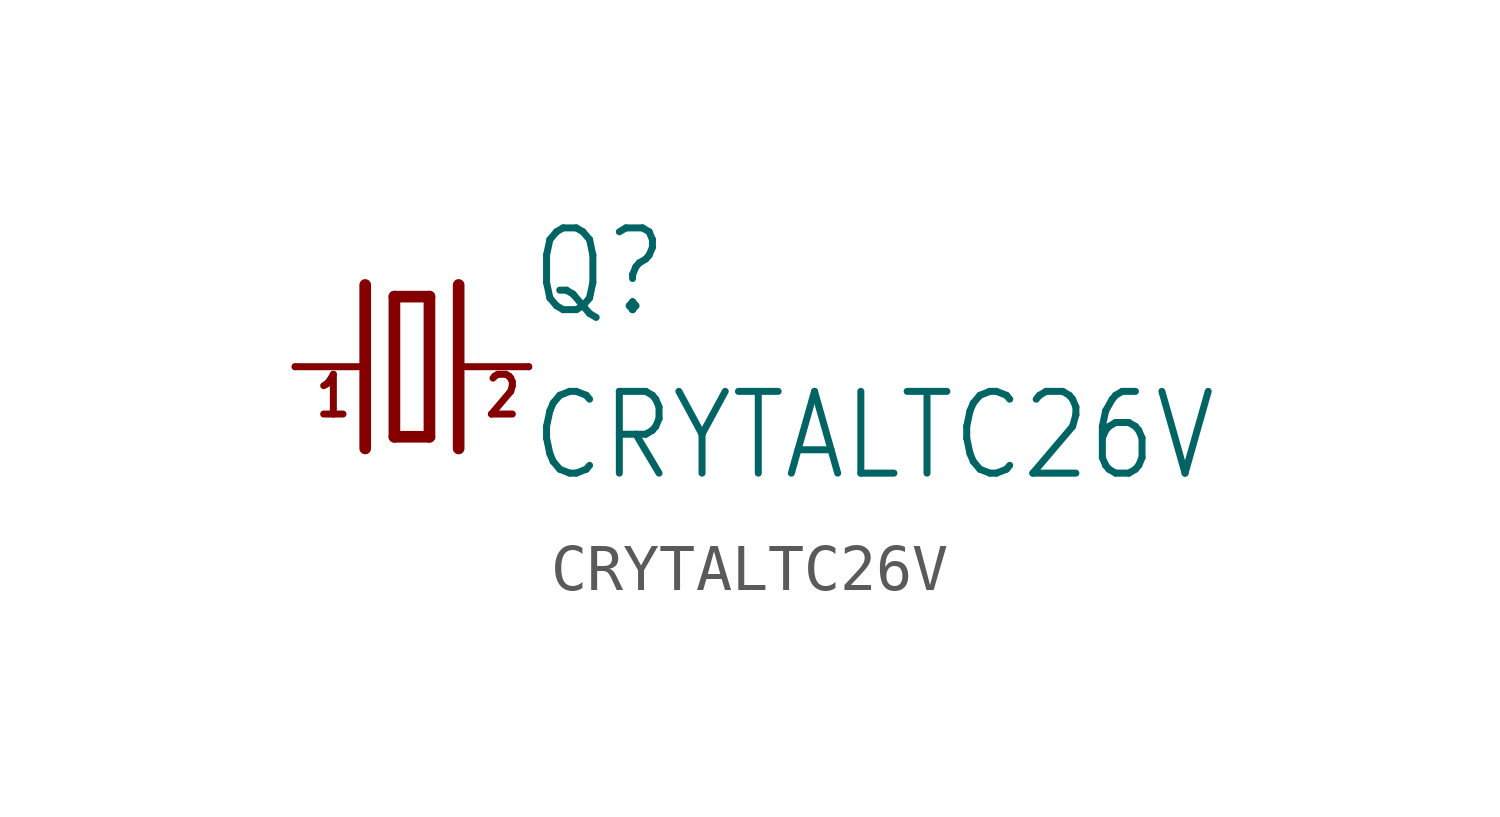
<source format=kicad_sym>
(kicad_symbol_lib
  (version 20211014)
  (generator kicad_symbol_editor)
  (symbol "CRYTALTC26V"
    (property "Reference" "Q"
      (at 2.54 1.016 0)
      (effects (font (size 1.778 1.511)) (justify left bottom)))
    (property "Value" "CRYTALTC26V"
      (at 2.54 -2.54 0)
      (effects (font (size 1.778 1.511)) (justify left bottom)))
    (property "ki_locked" ""
      (at 0 0 0)
      (effects (font (size 1.27 1.27))))
    (symbol "CRYTALTC26V_1_0"
      (polyline (pts (xy -2.54 0) (xy -1.016 0)) (stroke (width 0.152) (type default) (color 0 0 0 0)) (fill (type none)))
      (polyline (pts (xy -1.016 1.778) (xy -1.016 -1.778)) (stroke (width 0.254) (type default) (color 0 0 0 0)) (fill (type none)))
      (polyline (pts (xy -0.381 -1.524) (xy 0.381 -1.524)) (stroke (width 0.254) (type default) (color 0 0 0 0)) (fill (type none)))
      (polyline (pts (xy -0.381 1.524) (xy -0.381 -1.524)) (stroke (width 0.254) (type default) (color 0 0 0 0)) (fill (type none)))
      (polyline (pts (xy 0.381 -1.524) (xy 0.381 1.524)) (stroke (width 0.254) (type default) (color 0 0 0 0)) (fill (type none)))
      (polyline (pts (xy 0.381 1.524) (xy -0.381 1.524)) (stroke (width 0.254) (type default) (color 0 0 0 0)) (fill (type none)))
      (polyline (pts (xy 1.016 0) (xy 2.54 0)) (stroke (width 0.152) (type default) (color 0 0 0 0)) (fill (type none)))
      (polyline (pts (xy 1.016 1.778) (xy 1.016 -1.778)) (stroke (width 0.254) (type default) (color 0 0 0 0)) (fill (type none)))
      (text "1" (at -2.159 -1.143 0) (effects (font (size 0.864 0.734)) (justify left bottom)))
      (text "2" (at 1.524 -1.143 0) (effects (font (size 0.864 0.734)) (justify left bottom)))
      (pin passive line (at -2.54 0 0) (length 0) (name "1" (effects (font (size 0 0)))) (number "1" (effects (font (size 0 0)))))
      (pin passive line (at 2.54 0 180) (length 0) (name "2" (effects (font (size 0 0)))) (number "2" (effects (font (size 0 0))))))))
</source>
